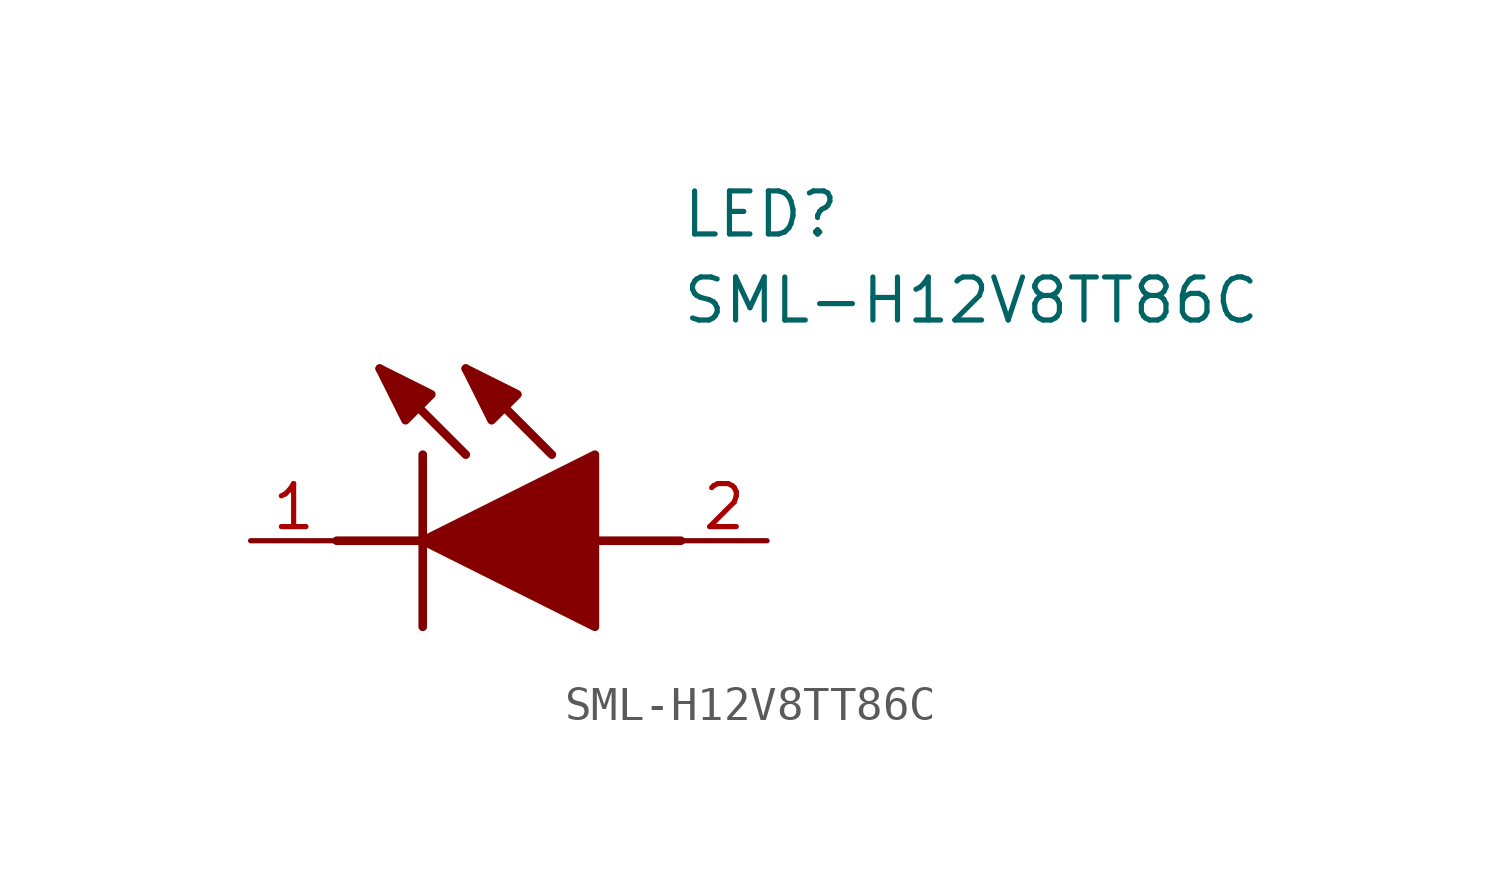
<source format=kicad_sym>
(kicad_symbol_lib
  (version 20211014)
  (generator SamacSys_ECAD_Model)
  (symbol "SML-H12V8TT86C"
    (pin_names hide)
    (property "Reference" "LED"
      (at 12.7 8.89 0)
      (effects (font (size 1.27 1.27)) (justify left bottom)))
    (property "Value" "SML-H12V8TT86C"
      (at 12.7 6.35 0)
      (effects (font (size 1.27 1.27)) (justify left bottom)))
    (polyline
      (pts (xy 5.08 2.54) (xy 5.08 -2.54))
      (stroke (width 0.254) (type default))
      (fill (type none)))
    (polyline
      (pts (xy 6.35 2.54) (xy 3.81 5.08))
      (stroke (width 0.254) (type default))
      (fill (type none)))
    (polyline
      (pts (xy 8.89 2.54) (xy 6.35 5.08))
      (stroke (width 0.254) (type default))
      (fill (type none)))
    (polyline
      (pts (xy 2.54 0) (xy 5.08 0))
      (stroke (width 0.254) (type default))
      (fill (type none)))
    (polyline
      (pts (xy 10.16 0) (xy 12.7 0))
      (stroke (width 0.254) (type default))
      (fill (type none)))
    (polyline
      (pts (xy 5.08 0) (xy 10.16 2.54) (xy 10.16 -2.54) (xy 5.08 0))
      (stroke (width 0.254) (type default))
      (fill (type outline)))
    (polyline
      (pts (xy 5.334 4.318) (xy 4.572 3.556) (xy 3.81 5.08) (xy 5.334 4.318))
      (stroke (width 0.254) (type default))
      (fill (type outline)))
    (polyline
      (pts (xy 7.874 4.318) (xy 7.112 3.556) (xy 6.35 5.08) (xy 7.874 4.318))
      (stroke (width 0.254) (type default))
      (fill (type outline)))
    (pin passive line
      (at 0 0 0)
      (length 2.54)
      (name "K" (effects (font (size 1.27 1.27))))
      (number "1" (effects (font (size 1.27 1.27)))))
    (pin passive line
      (at 15.24 0 180)
      (length 2.54)
      (name "A" (effects (font (size 1.27 1.27))))
      (number "2" (effects (font (size 1.27 1.27)))))))
</source>
